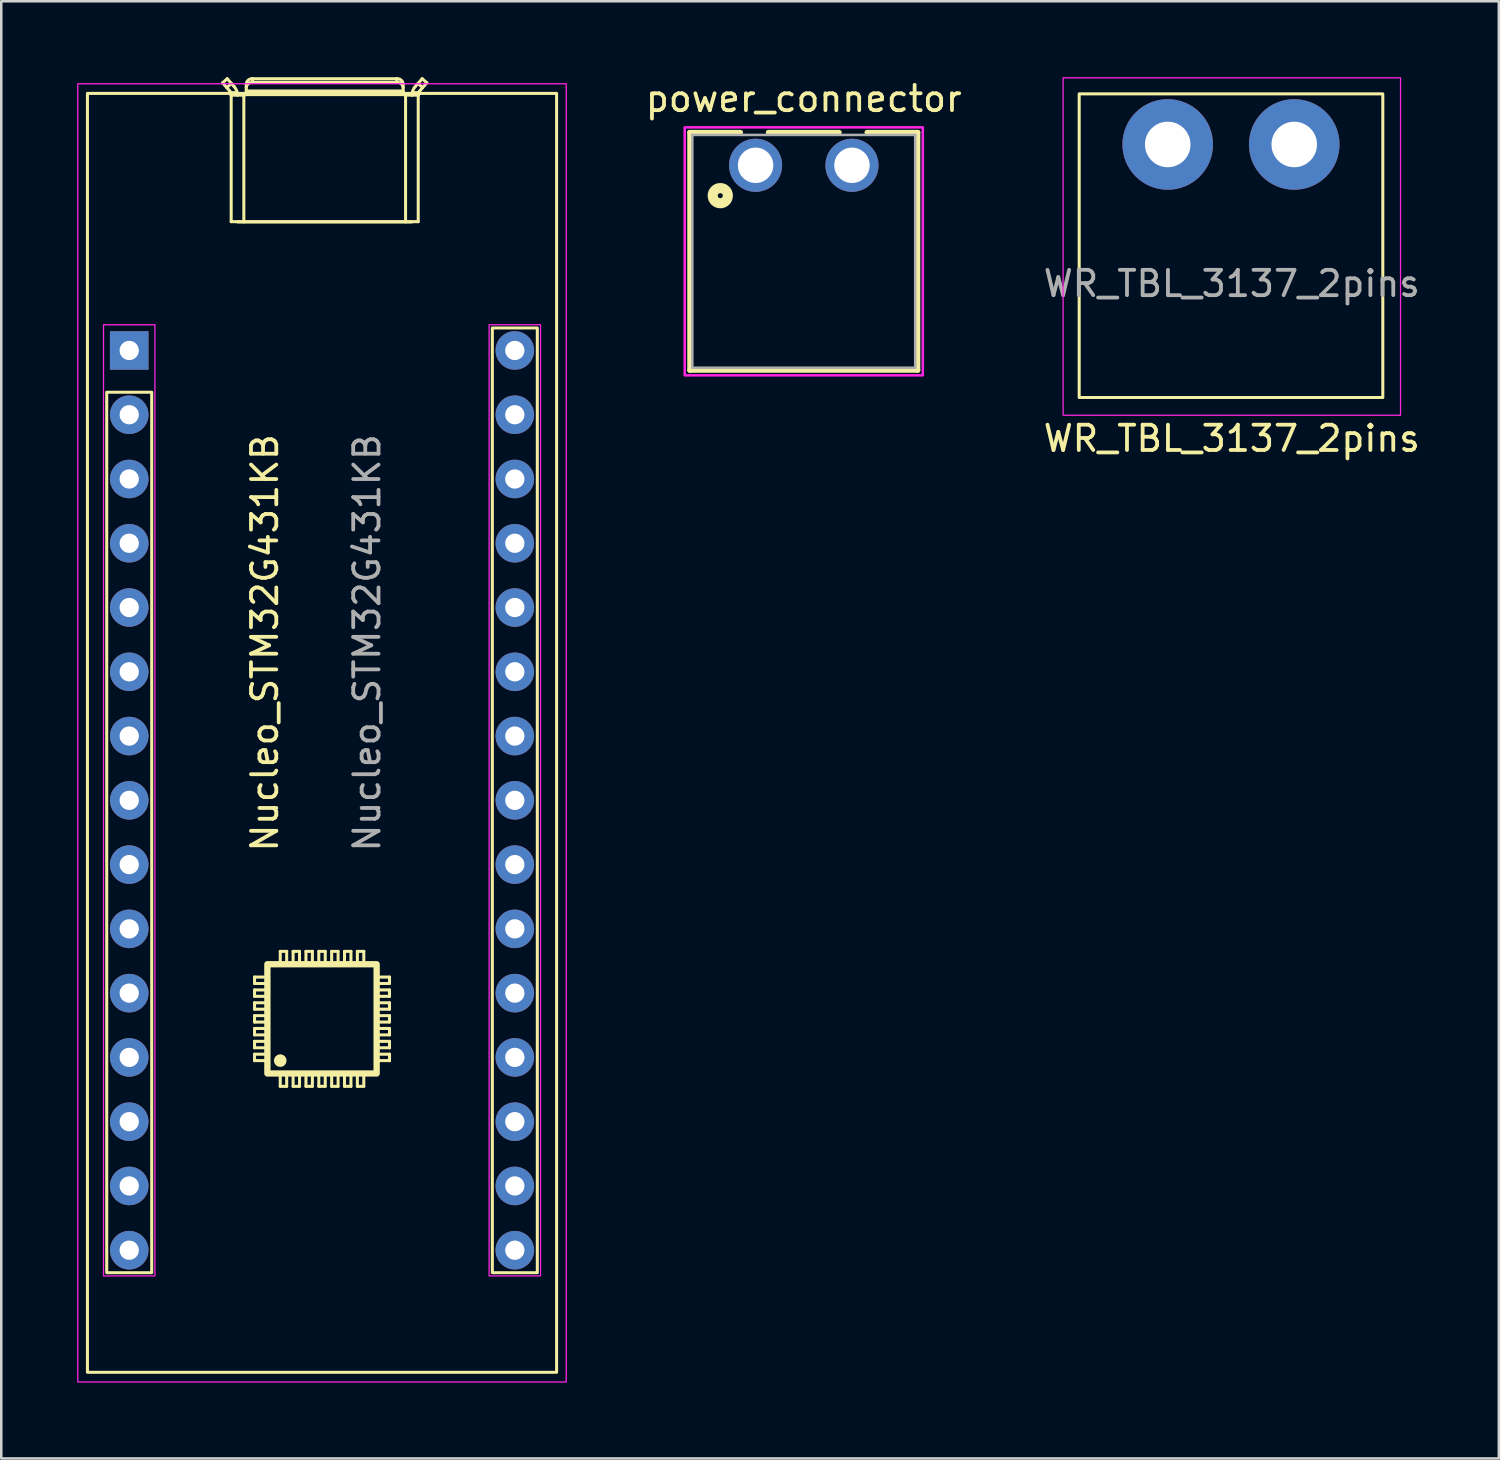
<source format=kicad_pcb>
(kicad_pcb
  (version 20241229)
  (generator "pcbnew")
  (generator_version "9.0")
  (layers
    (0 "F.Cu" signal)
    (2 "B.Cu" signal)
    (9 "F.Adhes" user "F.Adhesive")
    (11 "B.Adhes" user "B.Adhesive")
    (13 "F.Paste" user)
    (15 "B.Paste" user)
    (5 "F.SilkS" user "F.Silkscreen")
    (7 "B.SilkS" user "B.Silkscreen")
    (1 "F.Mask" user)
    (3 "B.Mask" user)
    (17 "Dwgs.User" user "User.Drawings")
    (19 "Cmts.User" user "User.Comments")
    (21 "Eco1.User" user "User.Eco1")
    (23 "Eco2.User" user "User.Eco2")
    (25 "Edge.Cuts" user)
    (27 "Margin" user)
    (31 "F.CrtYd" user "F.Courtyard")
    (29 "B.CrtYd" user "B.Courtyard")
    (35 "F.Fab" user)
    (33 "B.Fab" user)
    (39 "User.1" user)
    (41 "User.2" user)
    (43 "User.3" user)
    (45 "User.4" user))
  (footprint "Nucleo_STM32G431KB"
    (layer "F.Cu")
    (at 2.057 10.801)
    (property "Reference" "Nucleo_STM32G431KB" (at 5.358 11.557 90) (unlocked yes) (layer "F.SilkS") (effects (font (size 1 1) (thickness 0.15))))
    (attr through_hole)
    (fp_line (start 3.689 -10.577) (end 3.967 -10.261) (stroke (width 0.12) (type solid)) (layer "F.SilkS"))
    (fp_line (start 3.854 -10.39) (end 4.039 -10.552) (stroke (width 0.12) (type solid)) (layer "F.SilkS"))
    (fp_line (start 3.873 -10.74) (end 3.689 -10.577) (stroke (width 0.12) (type solid)) (layer "F.SilkS"))
    (fp_line (start 4.03 -10.098) (end 4.035 -10.09) (stroke (width 0.12) (type solid)) (layer "F.SilkS"))
    (fp_line (start 4.03 -10.096) (end 4.03 -10.098) (stroke (width 0.12) (type solid)) (layer "F.SilkS"))
    (fp_line (start 4.03 -10.096) (end 4.03 -5.09) (stroke (width 0.12) (type solid)) (layer "F.SilkS"))
    (fp_line (start 4.035 -10.09) (end 4.036 -10.09) (stroke (width 0.12) (type solid)) (layer "F.SilkS"))
    (fp_line (start 4.036 -10.09) (end 4.526 -10.09) (stroke (width 0.12) (type solid)) (layer "F.SilkS"))
    (fp_line (start 4.151 -10.425) (end 3.873 -10.74) (stroke (width 0.12) (type solid)) (layer "F.SilkS"))
    (fp_line (start 4.267 -10.19) (end 4.011 -10.19) (stroke (width 0.12) (type solid)) (layer "F.SilkS"))
    (fp_line (start 4.276 -10.09) (end 4.276 -10.094) (stroke (width 0.12) (type solid)) (layer "F.SilkS"))
    (fp_line (start 4.526 -10.09) (end 4.53 -10.09) (stroke (width 0.12) (type solid)) (layer "F.SilkS"))
    (fp_line (start 4.53 -10.09) (end 4.53 -5.08) (stroke (width 0.12) (type solid)) (layer "F.SilkS"))
    (fp_line (start 4.626 -10.535) (end 4.626 -10.19) (stroke (width 0.12) (type solid)) (layer "F.SilkS"))
    (fp_line (start 4.626 -10.255) (end 10.826 -10.255) (stroke (width 0.12) (type solid)) (layer "F.SilkS"))
    (fp_line (start 4.876 -10.597) (end 4.876 -10.74) (stroke (width 0.12) (type solid)) (layer "F.SilkS"))
    (fp_line (start 4.953 24.765) (end 5.461 24.765) (stroke (width 0.12) (type solid)) (layer "F.SilkS"))
    (fp_line (start 4.953 25.019) (end 4.953 24.765) (stroke (width 0.12) (type solid)) (layer "F.SilkS"))
    (fp_line (start 4.953 25.273) (end 5.461 25.273) (stroke (width 0.12) (type solid)) (layer "F.SilkS"))
    (fp_line (start 4.953 25.527) (end 4.953 25.273) (stroke (width 0.12) (type solid)) (layer "F.SilkS"))
    (fp_line (start 4.953 25.781) (end 5.461 25.781) (stroke (width 0.12) (type solid)) (layer "F.SilkS"))
    (fp_line (start 4.953 26.035) (end 4.953 25.781) (stroke (width 0.12) (type solid)) (layer "F.SilkS"))
    (fp_line (start 4.953 26.289) (end 5.461 26.289) (stroke (width 0.12) (type solid)) (layer "F.SilkS"))
    (fp_line (start 4.953 26.543) (end 4.953 26.289) (stroke (width 0.12) (type solid)) (layer "F.SilkS"))
    (fp_line (start 4.953 26.797) (end 5.461 26.797) (stroke (width 0.12) (type solid)) (layer "F.SilkS"))
    (fp_line (start 4.953 27.051) (end 4.953 26.797) (stroke (width 0.12) (type solid)) (layer "F.SilkS"))
    (fp_line (start 4.953 27.305) (end 5.461 27.305) (stroke (width 0.12) (type solid)) (layer "F.SilkS"))
    (fp_line (start 4.953 27.559) (end 4.953 27.305) (stroke (width 0.12) (type solid)) (layer "F.SilkS"))
    (fp_line (start 4.953 27.813) (end 5.461 27.813) (stroke (width 0.12) (type solid)) (layer "F.SilkS"))
    (fp_line (start 4.953 28.067) (end 4.953 27.813) (stroke (width 0.12) (type solid)) (layer "F.SilkS"))
    (fp_line (start 5.461 25.019) (end 4.953 25.019) (stroke (width 0.12) (type solid)) (layer "F.SilkS"))
    (fp_line (start 5.461 25.527) (end 4.953 25.527) (stroke (width 0.12) (type solid)) (layer "F.SilkS"))
    (fp_line (start 5.461 26.035) (end 4.953 26.035) (stroke (width 0.12) (type solid)) (layer "F.SilkS"))
    (fp_line (start 5.461 26.543) (end 4.953 26.543) (stroke (width 0.12) (type solid)) (layer "F.SilkS"))
    (fp_line (start 5.461 27.051) (end 4.953 27.051) (stroke (width 0.12) (type solid)) (layer "F.SilkS"))
    (fp_line (start 5.461 27.559) (end 4.953 27.559) (stroke (width 0.12) (type solid)) (layer "F.SilkS"))
    (fp_line (start 5.461 28.067) (end 4.953 28.067) (stroke (width 0.12) (type solid)) (layer "F.SilkS"))
    (fp_line (start 5.969 23.749) (end 6.223 23.749) (stroke (width 0.12) (type solid)) (layer "F.SilkS"))
    (fp_line (start 5.969 24.257) (end 5.969 23.749) (stroke (width 0.12) (type solid)) (layer "F.SilkS"))
    (fp_line (start 5.969 29.083) (end 5.969 28.575) (stroke (width 0.12) (type solid)) (layer "F.SilkS"))
    (fp_line (start 6.223 23.749) (end 6.223 24.257) (stroke (width 0.12) (type solid)) (layer "F.SilkS"))
    (fp_line (start 6.223 28.575) (end 6.223 29.083) (stroke (width 0.12) (type solid)) (layer "F.SilkS"))
    (fp_line (start 6.223 29.083) (end 5.969 29.083) (stroke (width 0.12) (type solid)) (layer "F.SilkS"))
    (fp_line (start 6.477 23.749) (end 6.731 23.749) (stroke (width 0.12) (type solid)) (layer "F.SilkS"))
    (fp_line (start 6.477 24.257) (end 6.477 23.749) (stroke (width 0.12) (type solid)) (layer "F.SilkS"))
    (fp_line (start 6.477 29.083) (end 6.477 28.575) (stroke (width 0.12) (type solid)) (layer "F.SilkS"))
    (fp_line (start 6.731 23.749) (end 6.731 24.257) (stroke (width 0.12) (type solid)) (layer "F.SilkS"))
    (fp_line (start 6.731 28.575) (end 6.731 29.083) (stroke (width 0.12) (type solid)) (layer "F.SilkS"))
    (fp_line (start 6.731 29.083) (end 6.477 29.083) (stroke (width 0.12) (type solid)) (layer "F.SilkS"))
    (fp_line (start 6.985 23.749) (end 7.239 23.749) (stroke (width 0.12) (type solid)) (layer "F.SilkS"))
    (fp_line (start 6.985 24.257) (end 6.985 23.749) (stroke (width 0.12) (type solid)) (layer "F.SilkS"))
    (fp_line (start 6.985 29.083) (end 6.985 28.575) (stroke (width 0.12) (type solid)) (layer "F.SilkS"))
    (fp_line (start 7.239 23.749) (end 7.239 24.257) (stroke (width 0.12) (type solid)) (layer "F.SilkS"))
    (fp_line (start 7.239 28.575) (end 7.239 29.083) (stroke (width 0.12) (type solid)) (layer "F.SilkS"))
    (fp_line (start 7.239 29.083) (end 6.985 29.083) (stroke (width 0.12) (type solid)) (layer "F.SilkS"))
    (fp_line (start 7.493 23.749) (end 7.747 23.749) (stroke (width 0.12) (type solid)) (layer "F.SilkS"))
    (fp_line (start 7.493 24.257) (end 7.493 23.749) (stroke (width 0.12) (type solid)) (layer "F.SilkS"))
    (fp_line (start 7.493 29.083) (end 7.493 28.575) (stroke (width 0.12) (type solid)) (layer "F.SilkS"))
    (fp_line (start 7.747 23.749) (end 7.747 24.257) (stroke (width 0.12) (type solid)) (layer "F.SilkS"))
    (fp_line (start 7.747 28.575) (end 7.747 29.083) (stroke (width 0.12) (type solid)) (layer "F.SilkS"))
    (fp_line (start 7.747 29.083) (end 7.493 29.083) (stroke (width 0.12) (type solid)) (layer "F.SilkS"))
    (fp_line (start 8.001 23.749) (end 8.255 23.749) (stroke (width 0.12) (type solid)) (layer "F.SilkS"))
    (fp_line (start 8.001 24.257) (end 8.001 23.749) (stroke (width 0.12) (type solid)) (layer "F.SilkS"))
    (fp_line (start 8.001 29.083) (end 8.001 28.575) (stroke (width 0.12) (type solid)) (layer "F.SilkS"))
    (fp_line (start 8.255 23.749) (end 8.255 24.257) (stroke (width 0.12) (type solid)) (layer "F.SilkS"))
    (fp_line (start 8.255 28.575) (end 8.255 29.083) (stroke (width 0.12) (type solid)) (layer "F.SilkS"))
    (fp_line (start 8.255 29.083) (end 8.001 29.083) (stroke (width 0.12) (type solid)) (layer "F.SilkS"))
    (fp_line (start 8.509 23.749) (end 8.763 23.749) (stroke (width 0.12) (type solid)) (layer "F.SilkS"))
    (fp_line (start 8.509 24.257) (end 8.509 23.749) (stroke (width 0.12) (type solid)) (layer "F.SilkS"))
    (fp_line (start 8.509 29.083) (end 8.509 28.575) (stroke (width 0.12) (type solid)) (layer "F.SilkS"))
    (fp_line (start 8.763 23.749) (end 8.763 24.257) (stroke (width 0.12) (type solid)) (layer "F.SilkS"))
    (fp_line (start 8.763 28.575) (end 8.763 29.083) (stroke (width 0.12) (type solid)) (layer "F.SilkS"))
    (fp_line (start 8.763 29.083) (end 8.509 29.083) (stroke (width 0.12) (type solid)) (layer "F.SilkS"))
    (fp_line (start 9.017 23.749) (end 9.271 23.749) (stroke (width 0.12) (type solid)) (layer "F.SilkS"))
    (fp_line (start 9.017 24.257) (end 9.017 23.749) (stroke (width 0.12) (type solid)) (layer "F.SilkS"))
    (fp_line (start 9.017 29.083) (end 9.017 28.575) (stroke (width 0.12) (type solid)) (layer "F.SilkS"))
    (fp_line (start 9.271 23.749) (end 9.271 24.257) (stroke (width 0.12) (type solid)) (layer "F.SilkS"))
    (fp_line (start 9.271 28.575) (end 9.271 29.083) (stroke (width 0.12) (type solid)) (layer "F.SilkS"))
    (fp_line (start 9.271 29.083) (end 9.017 29.083) (stroke (width 0.12) (type solid)) (layer "F.SilkS"))
    (fp_line (start 9.779 24.765) (end 10.287 24.765) (stroke (width 0.12) (type solid)) (layer "F.SilkS"))
    (fp_line (start 9.779 25.273) (end 10.287 25.273) (stroke (width 0.12) (type solid)) (layer "F.SilkS"))
    (fp_line (start 9.779 25.781) (end 10.287 25.781) (stroke (width 0.12) (type solid)) (layer "F.SilkS"))
    (fp_line (start 9.779 26.289) (end 10.287 26.289) (stroke (width 0.12) (type solid)) (layer "F.SilkS"))
    (fp_line (start 9.779 26.797) (end 10.287 26.797) (stroke (width 0.12) (type solid)) (layer "F.SilkS"))
    (fp_line (start 9.779 27.305) (end 10.287 27.305) (stroke (width 0.12) (type solid)) (layer "F.SilkS"))
    (fp_line (start 9.779 27.813) (end 10.287 27.813) (stroke (width 0.12) (type solid)) (layer "F.SilkS"))
    (fp_line (start 10.287 24.765) (end 10.287 25.019) (stroke (width 0.12) (type solid)) (layer "F.SilkS"))
    (fp_line (start 10.287 25.019) (end 9.779 25.019) (stroke (width 0.12) (type solid)) (layer "F.SilkS"))
    (fp_line (start 10.287 25.273) (end 10.287 25.527) (stroke (width 0.12) (type solid)) (layer "F.SilkS"))
    (fp_line (start 10.287 25.527) (end 9.779 25.527) (stroke (width 0.12) (type solid)) (layer "F.SilkS"))
    (fp_line (start 10.287 25.781) (end 10.287 26.035) (stroke (width 0.12) (type solid)) (layer "F.SilkS"))
    (fp_line (start 10.287 26.035) (end 9.779 26.035) (stroke (width 0.12) (type solid)) (layer "F.SilkS"))
    (fp_line (start 10.287 26.289) (end 10.287 26.543) (stroke (width 0.12) (type solid)) (layer "F.SilkS"))
    (fp_line (start 10.287 26.543) (end 9.779 26.543) (stroke (width 0.12) (type solid)) (layer "F.SilkS"))
    (fp_line (start 10.287 26.797) (end 10.287 27.051) (stroke (width 0.12) (type solid)) (layer "F.SilkS"))
    (fp_line (start 10.287 27.051) (end 9.779 27.051) (stroke (width 0.12) (type solid)) (layer "F.SilkS"))
    (fp_line (start 10.287 27.305) (end 10.287 27.559) (stroke (width 0.12) (type solid)) (layer "F.SilkS"))
    (fp_line (start 10.287 27.559) (end 9.779 27.559) (stroke (width 0.12) (type solid)) (layer "F.SilkS"))
    (fp_line (start 10.287 27.813) (end 10.287 28.067) (stroke (width 0.12) (type solid)) (layer "F.SilkS"))
    (fp_line (start 10.287 28.067) (end 9.779 28.067) (stroke (width 0.12) (type solid)) (layer "F.SilkS"))
    (fp_line (start 10.576 -10.74) (end 4.876 -10.74) (stroke (width 0.12) (type solid)) (layer "F.SilkS"))
    (fp_line (start 10.576 -10.597) (end 4.876 -10.597) (stroke (width 0.12) (type solid)) (layer "F.SilkS"))
    (fp_line (start 10.576 -10.597) (end 10.576 -10.74) (stroke (width 0.12) (type solid)) (layer "F.SilkS"))
    (fp_line (start 10.826 -10.535) (end 10.826 -10.19) (stroke (width 0.12) (type solid)) (layer "F.SilkS"))
    (fp_line (start 10.864 -10.111) (end 4.588 -10.111) (stroke (width 0.12) (type solid)) (layer "F.SilkS"))
    (fp_line (start 10.922 -10.09) (end 10.922 -5.08) (stroke (width 0.12) (type solid)) (layer "F.SilkS"))
    (fp_line (start 10.926 -10.09) (end 10.922 -10.09) (stroke (width 0.12) (type solid)) (layer "F.SilkS"))
    (fp_line (start 11.176 -10.09) (end 11.176 -10.094) (stroke (width 0.12) (type solid)) (layer "F.SilkS"))
    (fp_line (start 11.176 -5.08) (end 4.276 -5.08) (stroke (width 0.12) (type solid)) (layer "F.SilkS"))
    (fp_line (start 11.185 -10.19) (end 11.441 -10.19) (stroke (width 0.12) (type solid)) (layer "F.SilkS"))
    (fp_line (start 11.301 -10.425) (end 11.579 -10.74) (stroke (width 0.12) (type solid)) (layer "F.SilkS"))
    (fp_line (start 11.416 -10.09) (end 10.926 -10.09) (stroke (width 0.12) (type solid)) (layer "F.SilkS"))
    (fp_line (start 11.417 -10.09) (end 11.416 -10.09) (stroke (width 0.12) (type solid)) (layer "F.SilkS"))
    (fp_line (start 11.422 -10.096) (end 11.422 -5.09) (stroke (width 0.12) (type solid)) (layer "F.SilkS"))
    (fp_line (start 11.422 -10.096) (end 11.422 -10.098) (stroke (width 0.12) (type solid)) (layer "F.SilkS"))
    (fp_line (start 11.422 -5.09) (end 4.03 -5.09) (stroke (width 0.12) (type solid)) (layer "F.SilkS"))
    (fp_line (start 11.422 -10.098) (end 11.417 -10.09) (stroke (width 0.12) (type solid)) (layer "F.SilkS"))
    (fp_line (start 11.579 -10.74) (end 11.763 -10.577) (stroke (width 0.12) (type solid)) (layer "F.SilkS"))
    (fp_line (start 11.598 -10.39) (end 11.413 -10.552) (stroke (width 0.12) (type solid)) (layer "F.SilkS"))
    (fp_line (start 11.763 -10.577) (end 11.485 -10.261) (stroke (width 0.12) (type solid)) (layer "F.SilkS"))
    (fp_rect (start -1.651 -10.16) (end 16.891 40.386) (stroke (width 0.12) (type solid)) (fill no) (layer "F.SilkS"))
    (fp_rect (start -0.889 1.651) (end 0.889 36.449) (stroke (width 0.12) (type solid)) (fill no) (layer "F.SilkS"))
    (fp_rect (start 5.461 24.257) (end 9.779 28.575) (stroke (width 0.25) (type solid)) (fill no) (layer "F.SilkS"))
    (fp_rect (start 14.351 -0.889) (end 16.129 36.449) (stroke (width 0.12) (type solid)) (fill no) (layer "F.SilkS"))
    (fp_arc (start 3.967155 -10.260847) (mid 4.012938 -10.185276) (end 4.029561 -10.0985) (stroke (width 0.12) (type solid)) (layer "F.SilkS"))
    (fp_arc (start 4.151131 -10.424759) (mid 4.243719 -10.270883) (end 4.275977 -10.094215) (stroke (width 0.12) (type solid)) (layer "F.SilkS"))
    (fp_arc (start 4.625988 -10.535212) (mid 4.709182 -10.688641) (end 4.875989 -10.74) (stroke (width 0.12) (type solid)) (layer "F.SilkS"))
    (fp_arc (start 4.625989 -10.391818) (mid 4.709183 -10.545246) (end 4.875989 -10.596605) (stroke (width 0.12) (type solid)) (layer "F.SilkS"))
    (fp_arc (start 4.625989 -10.189999) (mid 4.597957 -10.120569) (end 4.529578 -10.090064) (stroke (width 0.12) (type solid)) (layer "F.SilkS"))
    (fp_arc (start 10.575989 -10.739999) (mid 10.742809 -10.68867) (end 10.825988 -10.535211) (stroke (width 0.12) (type solid)) (layer "F.SilkS"))
    (fp_arc (start 10.575989 -10.596605) (mid 10.742811 -10.545277) (end 10.825988 -10.391817) (stroke (width 0.12) (type solid)) (layer "F.SilkS"))
    (fp_arc (start 10.922399 -10.090063) (mid 10.854019 -10.120569) (end 10.825988 -10.19) (stroke (width 0.12) (type solid)) (layer "F.SilkS"))
    (fp_arc (start 11.176 -10.094215) (mid 11.208252 -10.270884) (end 11.300846 -10.424759) (stroke (width 0.12) (type solid)) (layer "F.SilkS"))
    (fp_arc (start 11.422416 -10.0985) (mid 11.439044 -10.185275) (end 11.484822 -10.260847) (stroke (width 0.12) (type solid)) (layer "F.SilkS"))
    (fp_circle (center 5.969 28.067) (end 5.969 28.067) (stroke (width 0.25) (type solid)) (fill no) (layer "F.SilkS"))
    (fp_rect (start -2.032 -10.541) (end 17.272 40.767) (stroke (width 0.05) (type solid)) (fill no) (layer "F.CrtYd"))
    (fp_rect (start 1.016 36.576) (end -1.016 -1.016) (stroke (width 0.05) (type solid)) (fill no) (layer "F.CrtYd"))
    (fp_rect (start 14.224 -1.016) (end 16.256 36.576) (stroke (width 0.05) (type solid)) (fill no) (layer "F.CrtYd"))
    (fp_text user "${REFERENCE}" (at 9.398 11.557 90) (unlocked yes) (layer "F.Fab") (effects (font (size 1 1) (thickness 0.15))))
    (pad "1" thru_hole trapezoid (at 0 0) (size 1.524 1.524) (drill 0.762) (layers "*.Cu" "*.Mask"))
    (pad "2" thru_hole circle (at 0 2.54) (size 1.524 1.524) (drill 0.762) (layers "*.Cu" "*.Mask"))
    (pad "3" thru_hole circle (at 0 5.08) (size 1.524 1.524) (drill 0.762) (layers "*.Cu" "*.Mask"))
    (pad "4" thru_hole circle (at 0 7.62) (size 1.524 1.524) (drill 0.762) (layers "*.Cu" "*.Mask"))
    (pad "5" thru_hole circle (at 0 10.16) (size 1.524 1.524) (drill 0.762) (layers "*.Cu" "*.Mask"))
    (pad "6" thru_hole circle (at 0 12.7) (size 1.524 1.524) (drill 0.762) (layers "*.Cu" "*.Mask"))
    (pad "7" thru_hole circle (at 0 15.24) (size 1.524 1.524) (drill 0.762) (layers "*.Cu" "*.Mask"))
    (pad "8" thru_hole circle (at 0 17.78) (size 1.524 1.524) (drill 0.762) (layers "*.Cu" "*.Mask"))
    (pad "9" thru_hole circle (at 0 20.32) (size 1.524 1.524) (drill 0.762) (layers "*.Cu" "*.Mask"))
    (pad "10" thru_hole circle (at 0 22.86) (size 1.524 1.524) (drill 0.762) (layers "*.Cu" "*.Mask"))
    (pad "11" thru_hole circle (at 0 25.4) (size 1.524 1.524) (drill 0.762) (layers "*.Cu" "*.Mask"))
    (pad "12" thru_hole circle (at 0 27.94) (size 1.524 1.524) (drill 0.762) (layers "*.Cu" "*.Mask"))
    (pad "13" thru_hole circle (at 0 30.48) (size 1.524 1.524) (drill 0.762) (layers "*.Cu" "*.Mask"))
    (pad "14" thru_hole circle (at 0 33.02) (size 1.524 1.524) (drill 0.762) (layers "*.Cu" "*.Mask"))
    (pad "15" thru_hole circle (at 0 35.56) (size 1.524 1.524) (drill 0.762) (layers "*.Cu" "*.Mask"))
    (pad "16" thru_hole circle (at 15.24 35.56) (size 1.524 1.524) (drill 0.762) (layers "*.Cu" "*.Mask"))
    (pad "17" thru_hole circle (at 15.24 33.02) (size 1.524 1.524) (drill 0.762) (layers "*.Cu" "*.Mask"))
    (pad "18" thru_hole circle (at 15.24 30.48) (size 1.524 1.524) (drill 0.762) (layers "*.Cu" "*.Mask"))
    (pad "19" thru_hole circle (at 15.24 27.94) (size 1.524 1.524) (drill 0.762) (layers "*.Cu" "*.Mask"))
    (pad "20" thru_hole circle (at 15.24 25.4) (size 1.524 1.524) (drill 0.762) (layers "*.Cu" "*.Mask"))
    (pad "21" thru_hole circle (at 15.24 22.86) (size 1.524 1.524) (drill 0.762) (layers "*.Cu" "*.Mask"))
    (pad "22" thru_hole circle (at 15.24 20.32) (size 1.524 1.524) (drill 0.762) (layers "*.Cu" "*.Mask"))
    (pad "23" thru_hole circle (at 15.24 17.78) (size 1.524 1.524) (drill 0.762) (layers "*.Cu" "*.Mask"))
    (pad "24" thru_hole circle (at 15.24 15.24) (size 1.524 1.524) (drill 0.762) (layers "*.Cu" "*.Mask"))
    (pad "25" thru_hole circle (at 15.24 12.7) (size 1.524 1.524) (drill 0.762) (layers "*.Cu" "*.Mask"))
    (pad "26" thru_hole circle (at 15.24 10.16) (size 1.524 1.524) (drill 0.762) (layers "*.Cu" "*.Mask"))
    (pad "27" thru_hole circle (at 15.24 7.62) (size 1.524 1.524) (drill 0.762) (layers "*.Cu" "*.Mask"))
    (pad "28" thru_hole circle (at 15.24 5.08) (size 1.524 1.524) (drill 0.762) (layers "*.Cu" "*.Mask"))
    (pad "29" thru_hole circle (at 15.24 2.54) (size 1.524 1.524) (drill 0.762) (layers "*.Cu" "*.Mask"))
    (pad "30" thru_hole circle (at 15.24 0) (size 1.524 1.524) (drill 0.762) (layers "*.Cu" "*.Mask")))
  (footprint "WR_TBL_3137_2pins"
    (layer "F.Cu")
    (at 45.634 6.66)
    (property "Reference" "WR_TBL_3137_2pins" (at 0 7.62 0) (unlocked yes) (layer "F.SilkS") (effects (font (size 1 1) (thickness 0.15))))
    (attr through_hole)
    (fp_rect (start -6.032 -6) (end 5.968 6) (stroke (width 0.12) (type solid)) (fill no) (layer "F.SilkS"))
    (fp_rect (start -6.668 -6.635) (end 6.668 6.7) (stroke (width 0.05) (type solid)) (fill no) (layer "F.CrtYd"))
    (fp_text user "${REFERENCE}" (at 0 1.5 0) (unlocked yes) (layer "F.Fab") (effects (font (size 1 1) (thickness 0.15))))
    (pad "1" thru_hole circle (at -2.533 -4 180) (size 3.58 3.58) (drill 1.8) (layers "*.Cu" "*.Mask"))
    (pad "2" thru_hole circle (at 2.467 -4 180) (size 3.58 3.58) (drill 1.8) (layers "*.Cu" "*.Mask")))
  (footprint "power_connector"
    (layer "F.Cu")
    (at 28.717 3.483)
    (property "Reference" "power_connector" (at 0 -2.635 0) (layer "F.SilkS") (effects (font (size 1 1) (thickness 0.15))))
    (attr through_hole)
    (fp_line (start -4.505 -1.3) (end -2.5 -1.3) (stroke (width 0.2) (type solid)) (layer "F.SilkS"))
    (fp_line (start -4.505 8.1) (end -4.505 -1.3) (stroke (width 0.2) (type solid)) (layer "F.SilkS"))
    (fp_line (start -1.4 -1.3) (end 1.4 -1.3) (stroke (width 0.2) (type solid)) (layer "F.SilkS"))
    (fp_line (start 2.5 -1.3) (end 4.505 -1.3) (stroke (width 0.2) (type solid)) (layer "F.SilkS"))
    (fp_line (start 4.505 -1.3) (end 4.505 8.1) (stroke (width 0.2) (type solid)) (layer "F.SilkS"))
    (fp_line (start 4.505 8.1) (end -4.505 8.1) (stroke (width 0.2) (type solid)) (layer "F.SilkS"))
    (fp_circle (center -3.3 1.2) (end -3.2 1.2) (stroke (width 0.4) (type solid)) (fill no) (layer "F.SilkS"))
    (fp_poly (pts (xy -4.705 -1.5) (xy 4.705 -1.5) (xy 4.705 8.3) (xy -4.705 8.3)) (stroke (width 0.1) (type solid)) (fill no) (layer "F.CrtYd"))
    (fp_line (start -4.405 -1.2) (end -4.405 8) (stroke (width 0.1) (type solid)) (layer "F.Fab"))
    (fp_line (start -4.405 8) (end 4.405 8) (stroke (width 0.1) (type solid)) (layer "F.Fab"))
    (fp_line (start 4.405 -1.2) (end -4.405 -1.2) (stroke (width 0.1) (type solid)) (layer "F.Fab"))
    (fp_line (start 4.405 8) (end 4.405 -1.2) (stroke (width 0.1) (type solid)) (layer "F.Fab"))
    (pad "1" thru_hole circle (at -1.905 0) (size 2.1 2.1) (drill 1.4) (layers "*.Cu" "*.Mask"))
    (pad "2" thru_hole circle (at 1.905 0) (size 2.1 2.1) (drill 1.4) (layers "*.Cu" "*.Mask")))
  (gr_rect
    (start -3 -3)
    (end 56.187 54.593)
    (stroke (width 0.1) (type default))
    (fill no)
    (layer "Edge.Cuts")))
</source>
